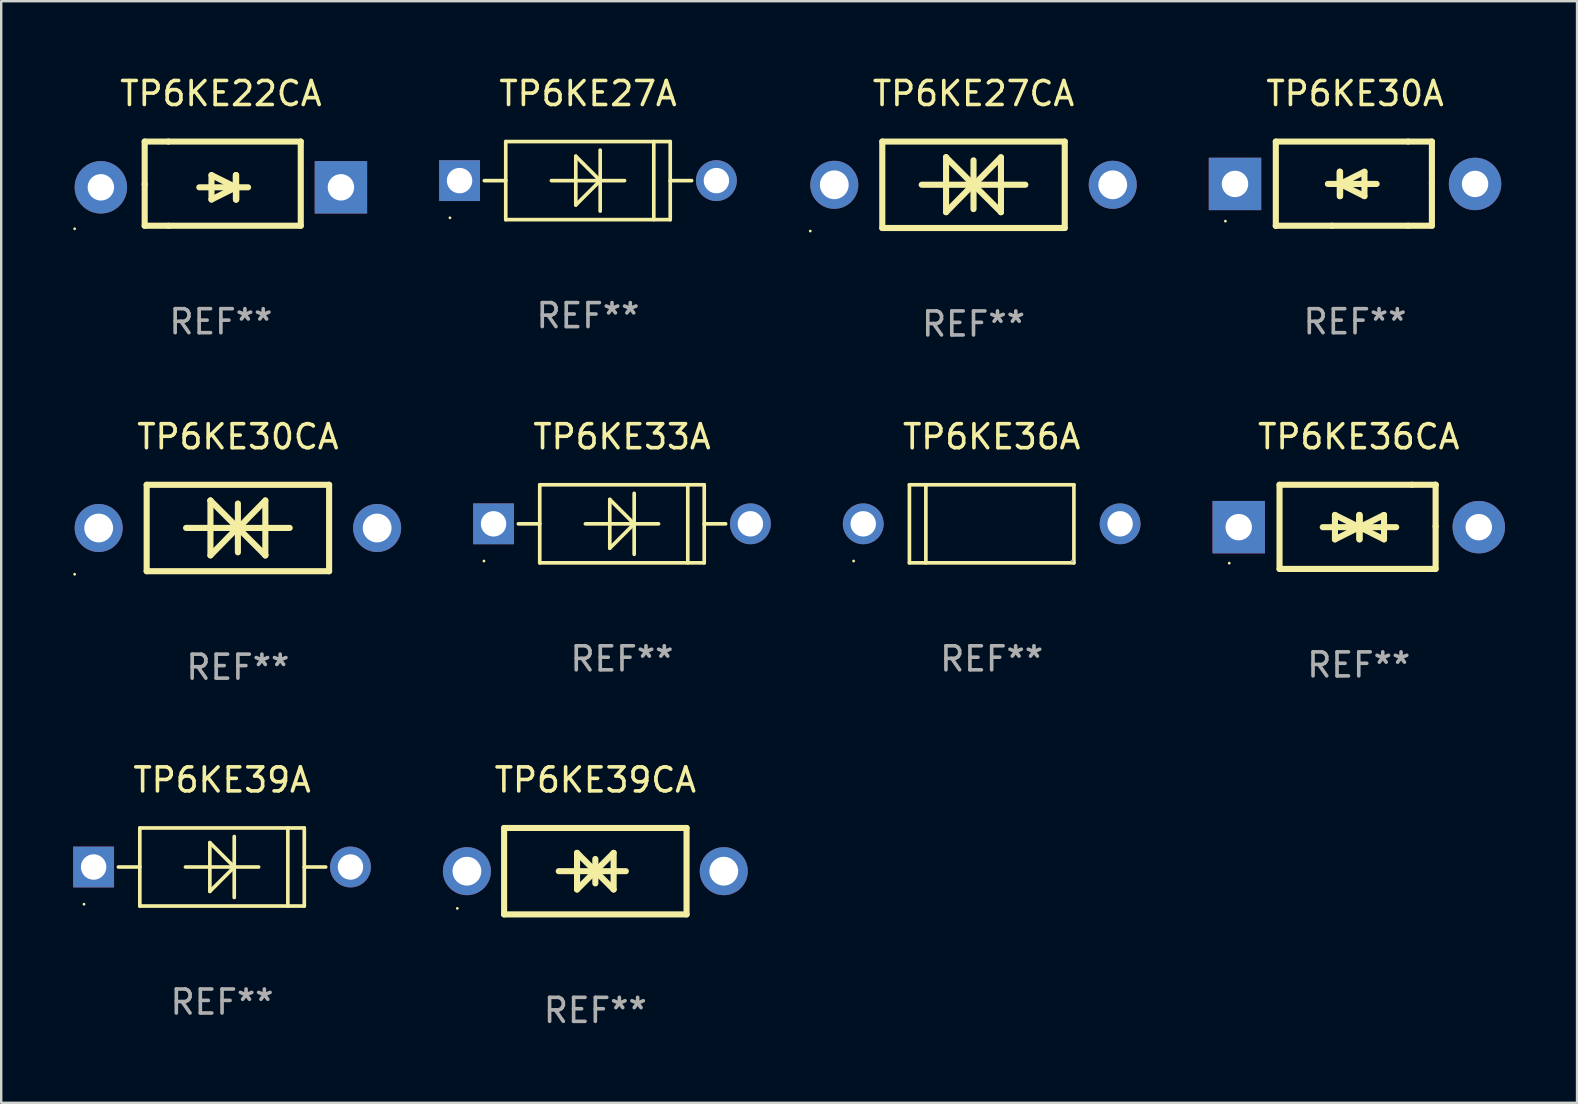
<source format=kicad_pcb>
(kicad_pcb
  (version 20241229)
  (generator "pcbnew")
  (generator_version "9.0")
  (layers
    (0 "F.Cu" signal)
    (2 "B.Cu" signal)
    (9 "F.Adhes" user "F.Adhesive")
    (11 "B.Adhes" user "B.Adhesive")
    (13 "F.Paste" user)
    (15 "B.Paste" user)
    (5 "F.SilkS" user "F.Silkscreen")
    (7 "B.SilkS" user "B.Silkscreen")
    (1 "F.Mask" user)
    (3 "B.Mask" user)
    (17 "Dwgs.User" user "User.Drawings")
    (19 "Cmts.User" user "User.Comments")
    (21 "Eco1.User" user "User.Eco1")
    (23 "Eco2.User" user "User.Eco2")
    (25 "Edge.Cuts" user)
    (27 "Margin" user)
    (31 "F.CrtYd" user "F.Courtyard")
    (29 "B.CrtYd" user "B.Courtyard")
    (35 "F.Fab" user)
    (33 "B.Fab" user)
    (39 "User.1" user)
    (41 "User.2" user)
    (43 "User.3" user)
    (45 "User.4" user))
  (footprint "TP6KE27CA"
    (layer "F.Cu")
    (at 37.504 4.648)
    (property "Reference" "TP6KE27CA" (at 0 -3.8 0) (layer "F.SilkS") (effects (font (size 1 1) (thickness 0.15))))
    (attr through_hole)
    (fp_line (start -3.8 -1.8) (end -3.8 1.8) (stroke (width 0.254) (type solid)) (layer "F.SilkS"))
    (fp_line (start -3.8 -1.8) (end 3.8 -1.8) (stroke (width 0.254) (type solid)) (layer "F.SilkS"))
    (fp_line (start -3.8 1.8) (end 3.8 1.8) (stroke (width 0.254) (type solid)) (layer "F.SilkS"))
    (fp_line (start -2.159 -0.003) (end 2.159 -0.003) (stroke (width 0.254) (type solid)) (layer "F.SilkS"))
    (fp_line (start -1.143 -1.146) (end -1.143 1.14) (stroke (width 0.254) (type solid)) (layer "F.SilkS"))
    (fp_line (start -1.143 -1.143) (end -1.143 -1.146) (stroke (width 0.254) (type solid)) (layer "F.SilkS"))
    (fp_line (start 0 -1.019) (end 0 1.013) (stroke (width 0.254) (type solid)) (layer "F.SilkS"))
    (fp_line (start 0 -0.026) (end -1.143 1.14) (stroke (width 0.254) (type solid)) (layer "F.SilkS"))
    (fp_line (start 0 -0.006) (end 1.143 1.137) (stroke (width 0.254) (type solid)) (layer "F.SilkS"))
    (fp_line (start 0 0) (end -1.143 -1.143) (stroke (width 0.254) (type solid)) (layer "F.SilkS"))
    (fp_line (start 0 0.02) (end 1.143 -1.146) (stroke (width 0.254) (type solid)) (layer "F.SilkS"))
    (fp_line (start 1.143 1.137) (end 1.143 1.14) (stroke (width 0.254) (type solid)) (layer "F.SilkS"))
    (fp_line (start 1.143 1.14) (end 1.143 -1.146) (stroke (width 0.254) (type solid)) (layer "F.SilkS"))
    (fp_line (start 3.8 -1.8) (end 3.8 1.8) (stroke (width 0.254) (type solid)) (layer "F.SilkS"))
    (fp_circle (center -6.8 1.927) (end -6.77 1.927) (stroke (width 0.06) (type solid)) (fill no) (layer "F.SilkS"))
    (fp_text user "REF**" (at 0 5.8 0) (layer "F.Fab") (effects (font (size 1 1) (thickness 0.15))))
    (pad "1" thru_hole circle (at -5.8 0) (size 2 2) (drill 1.2) (layers "*.Cu" "*.Mask"))
    (pad "2" thru_hole circle (at 5.8 0) (size 2 2) (drill 1.2) (layers "*.Cu" "*.Mask")))
  (footprint "TP6KE39CA"
    (layer "F.Cu")
    (at 21.75 33.241)
    (property "Reference" "TP6KE39CA" (at 0 -3.8 0) (layer "F.SilkS") (effects (font (size 1 1) (thickness 0.15))))
    (attr through_hole)
    (fp_line (start -3.8 -1.8) (end -3.8 1.8) (stroke (width 0.254) (type solid)) (layer "F.SilkS"))
    (fp_line (start -3.8 -1.8) (end 3.8 -1.8) (stroke (width 0.254) (type solid)) (layer "F.SilkS"))
    (fp_line (start -3.8 1.8) (end 3.8 1.8) (stroke (width 0.254) (type solid)) (layer "F.SilkS"))
    (fp_line (start -1.524 0) (end 1.27 0) (stroke (width 0.254) (type solid)) (layer "F.SilkS"))
    (fp_line (start -0.762 -0.762) (end 0.762 0.762) (stroke (width 0.254) (type solid)) (layer "F.SilkS"))
    (fp_line (start -0.762 0.762) (end -0.762 -0.762) (stroke (width 0.254) (type solid)) (layer "F.SilkS"))
    (fp_line (start 0 -0.508) (end 0 0.508) (stroke (width 0.254) (type solid)) (layer "F.SilkS"))
    (fp_line (start 0.762 -0.762) (end -0.762 0.762) (stroke (width 0.254) (type solid)) (layer "F.SilkS"))
    (fp_line (start 0.762 0.762) (end 0.762 -0.762) (stroke (width 0.254) (type solid)) (layer "F.SilkS"))
    (fp_line (start 3.8 -1.8) (end 3.8 1.8) (stroke (width 0.254) (type solid)) (layer "F.SilkS"))
    (fp_circle (center -5.75 1.55) (end -5.72 1.55) (stroke (width 0.06) (type solid)) (fill no) (layer "F.SilkS"))
    (fp_text user "REF**" (at 0 5.8 0) (layer "F.Fab") (effects (font (size 1 1) (thickness 0.15))))
    (pad "1" thru_hole circle (at -5.35 0) (size 2 2) (drill 1.2) (layers "*.Cu" "*.Mask"))
    (pad "2" thru_hole circle (at 5.35 0) (size 2 2) (drill 1.2) (layers "*.Cu" "*.Mask")))
  (footprint "TP6KE36CA"
    (layer "F.Cu")
    (at 53.552 18.897)
    (property "Reference" "TP6KE36CA" (at 0 -3.753 0) (layer "F.SilkS") (effects (font (size 1 1) (thickness 0.15))))
    (attr through_hole)
    (fp_line (start -3.3 -1.753) (end 2.212 -1.753) (stroke (width 0.254) (type solid)) (layer "F.SilkS"))
    (fp_line (start -3.3 1.753) (end -3.3 -1.753) (stroke (width 0.254) (type solid)) (layer "F.SilkS"))
    (fp_line (start -1.5 0.013) (end 0.532 0.013) (stroke (width 0.254) (type solid)) (layer "F.SilkS"))
    (fp_line (start -0.992 -0.495) (end -0.992 0.521) (stroke (width 0.254) (type solid)) (layer "F.SilkS"))
    (fp_line (start -0.992 0.521) (end 0.024 0.013) (stroke (width 0.254) (type solid)) (layer "F.SilkS"))
    (fp_line (start 0.024 -0.495) (end 0.024 0.521) (stroke (width 0.254) (type solid)) (layer "F.SilkS"))
    (fp_line (start 0.024 0.013) (end -0.992 -0.495) (stroke (width 0.254) (type solid)) (layer "F.SilkS"))
    (fp_line (start 0.024 0.013) (end 0.024 -0.495) (stroke (width 0.254) (type solid)) (layer "F.SilkS"))
    (fp_line (start 0.036 0.013) (end 1.052 0.521) (stroke (width 0.254) (type solid)) (layer "F.SilkS"))
    (fp_line (start 0.036 0.521) (end 0.036 -0.495) (stroke (width 0.254) (type solid)) (layer "F.SilkS"))
    (fp_line (start 1.052 -0.495) (end 0.036 0.013) (stroke (width 0.254) (type solid)) (layer "F.SilkS"))
    (fp_line (start 1.052 0.521) (end 1.052 -0.495) (stroke (width 0.254) (type solid)) (layer "F.SilkS"))
    (fp_line (start 1.56 0.013) (end -0.472 0.013) (stroke (width 0.254) (type solid)) (layer "F.SilkS"))
    (fp_line (start 2.212 -1.753) (end 3.202 -1.753) (stroke (width 0.254) (type solid)) (layer "F.SilkS"))
    (fp_line (start 2.212 1.753) (end -3.3 1.753) (stroke (width 0.254) (type solid)) (layer "F.SilkS"))
    (fp_line (start 3.202 -1.753) (end 3.202 -1.753) (stroke (width 0.254) (type solid)) (layer "F.SilkS"))
    (fp_line (start 3.202 -1.753) (end 3.202 -0.025) (stroke (width 0.254) (type solid)) (layer "F.SilkS"))
    (fp_line (start 3.202 -0.025) (end 3.202 1.753) (stroke (width 0.254) (type solid)) (layer "F.SilkS"))
    (fp_line (start 3.202 1.753) (end 2.212 1.753) (stroke (width 0.254) (type solid)) (layer "F.SilkS"))
    (fp_circle (center -5.395 1.513) (end -5.365 1.513) (stroke (width 0.06) (type solid)) (fill no) (layer "F.SilkS"))
    (fp_text user "REF**" (at 0 5.753 0) (layer "F.Fab") (effects (font (size 1 1) (thickness 0.15))))
    (pad "1" thru_hole rect (at -5 0.013 180) (size 2.184 2.184) (drill 1.102) (layers "*.Cu" "*.Mask"))
    (pad "2" thru_hole circle (at 5 0.013) (size 2.184 2.184) (drill 1.102) (layers "*.Cu" "*.Mask")))
  (footprint "TP6KE36A"
    (layer "F.Cu")
    (at 38.26 18.771)
    (property "Reference" "TP6KE36A" (at 0 -3.626 0) (layer "F.SilkS") (effects (font (size 1 1) (thickness 0.15))))
    (attr through_hole)
    (fp_line (start -3.426 -1.626) (end 3.426 -1.626) (stroke (width 0.152) (type solid)) (layer "F.SilkS"))
    (fp_line (start -3.426 1.626) (end -3.426 -1.626) (stroke (width 0.152) (type solid)) (layer "F.SilkS"))
    (fp_line (start -2.741 -1.626) (end -2.741 1.626) (stroke (width 0.152) (type solid)) (layer "F.SilkS"))
    (fp_line (start 3.426 -1.626) (end 3.426 1.626) (stroke (width 0.152) (type solid)) (layer "F.SilkS"))
    (fp_line (start 3.426 1.626) (end -3.426 1.626) (stroke (width 0.152) (type solid)) (layer "F.SilkS"))
    (fp_circle (center -5.75 1.55) (end -5.72 1.55) (stroke (width 0.06) (type solid)) (fill no) (layer "F.SilkS"))
    (fp_circle (center 3.35 1.55) (end 3.38 1.55) (stroke (width 0.06) (type solid)) (fill no) (layer "F.Fab"))
    (fp_text user "REF**" (at 0 5.626 0) (layer "F.Fab") (effects (font (size 1 1) (thickness 0.15))))
    (pad "1" thru_hole circle (at -5.35 -0.000013) (size 1.7 1.7) (drill 1.06) (layers "*.Cu" "*.Mask"))
    (pad "2" thru_hole circle (at 5.35 -0.000013) (size 1.7 1.7) (drill 1.06) (layers "*.Cu" "*.Mask")))
  (footprint "TP6KE27A"
    (layer "F.Cu")
    (at 21.444 4.474)
    (property "Reference" "TP6KE27A" (at 0 -3.626 0) (layer "F.SilkS") (effects (font (size 1 1) (thickness 0.15))))
    (attr through_hole)
    (fp_line (start -3.436 0) (end -4.318 0) (stroke (width 0.152) (type solid)) (layer "F.SilkS"))
    (fp_line (start -3.426 -0.01) (end -3.436 0) (stroke (width 0.152) (type solid)) (layer "F.SilkS"))
    (fp_line (start -3.426 -1.626) (end 3.426 -1.626) (stroke (width 0.152) (type solid)) (layer "F.SilkS"))
    (fp_line (start -3.426 1.626) (end -3.426 -1.626) (stroke (width 0.152) (type solid)) (layer "F.SilkS"))
    (fp_line (start -0.508 -1.016) (end 0.508 0) (stroke (width 0.152) (type solid)) (layer "F.SilkS"))
    (fp_line (start -0.508 1.016) (end -0.508 -1.016) (stroke (width 0.152) (type solid)) (layer "F.SilkS"))
    (fp_line (start 0.508 0) (end -0.508 1.016) (stroke (width 0.152) (type solid)) (layer "F.SilkS"))
    (fp_line (start 0.508 1.27) (end 0.508 -1.27) (stroke (width 0.152) (type solid)) (layer "F.SilkS"))
    (fp_line (start 1.524 0) (end -1.524 0) (stroke (width 0.152) (type solid)) (layer "F.SilkS"))
    (fp_line (start 2.741 1.626) (end 2.741 -1.626) (stroke (width 0.152) (type solid)) (layer "F.SilkS"))
    (fp_line (start 3.426 -1.626) (end 3.426 1.626) (stroke (width 0.152) (type solid)) (layer "F.SilkS"))
    (fp_line (start 3.426 0.01) (end 3.436 0) (stroke (width 0.152) (type solid)) (layer "F.SilkS"))
    (fp_line (start 3.426 1.626) (end -3.426 1.626) (stroke (width 0.152) (type solid)) (layer "F.SilkS"))
    (fp_line (start 3.436 0) (end 4.318 0) (stroke (width 0.152) (type solid)) (layer "F.SilkS"))
    (fp_circle (center -5.75 1.55) (end -5.72 1.55) (stroke (width 0.06) (type solid)) (fill no) (layer "F.SilkS"))
    (fp_text user "REF**" (at 0 5.626 0) (layer "F.Fab") (effects (font (size 1 1) (thickness 0.15))))
    (pad "1" thru_hole rect (at -5.35 0) (size 1.7 1.7) (drill 1.06) (layers "*.Cu" "*.Mask"))
    (pad "2" thru_hole circle (at 5.35 0) (size 1.7 1.7) (drill 1.06) (layers "*.Cu" "*.Mask")))
  (footprint "TP6KE39A"
    (layer "F.Cu")
    (at 6.2 33.067)
    (property "Reference" "TP6KE39A" (at 0 -3.626 0) (layer "F.SilkS") (effects (font (size 1 1) (thickness 0.15))))
    (attr through_hole)
    (fp_line (start -3.436 0) (end -4.318 0) (stroke (width 0.152) (type solid)) (layer "F.SilkS"))
    (fp_line (start -3.426 -0.01) (end -3.436 0) (stroke (width 0.152) (type solid)) (layer "F.SilkS"))
    (fp_line (start -3.426 -1.626) (end 3.426 -1.626) (stroke (width 0.152) (type solid)) (layer "F.SilkS"))
    (fp_line (start -3.426 1.626) (end -3.426 -1.626) (stroke (width 0.152) (type solid)) (layer "F.SilkS"))
    (fp_line (start -0.508 -1.016) (end 0.508 0) (stroke (width 0.152) (type solid)) (layer "F.SilkS"))
    (fp_line (start -0.508 1.016) (end -0.508 -1.016) (stroke (width 0.152) (type solid)) (layer "F.SilkS"))
    (fp_line (start 0.508 0) (end -0.508 1.016) (stroke (width 0.152) (type solid)) (layer "F.SilkS"))
    (fp_line (start 0.508 1.27) (end 0.508 -1.27) (stroke (width 0.152) (type solid)) (layer "F.SilkS"))
    (fp_line (start 1.524 0) (end -1.524 0) (stroke (width 0.152) (type solid)) (layer "F.SilkS"))
    (fp_line (start 2.741 1.626) (end 2.741 -1.626) (stroke (width 0.152) (type solid)) (layer "F.SilkS"))
    (fp_line (start 3.426 -1.626) (end 3.426 1.626) (stroke (width 0.152) (type solid)) (layer "F.SilkS"))
    (fp_line (start 3.426 0.01) (end 3.436 0) (stroke (width 0.152) (type solid)) (layer "F.SilkS"))
    (fp_line (start 3.426 1.626) (end -3.426 1.626) (stroke (width 0.152) (type solid)) (layer "F.SilkS"))
    (fp_line (start 3.436 0) (end 4.318 0) (stroke (width 0.152) (type solid)) (layer "F.SilkS"))
    (fp_circle (center -5.75 1.55) (end -5.72 1.55) (stroke (width 0.06) (type solid)) (fill no) (layer "F.SilkS"))
    (fp_text user "REF**" (at 0 5.626 0) (layer "F.Fab") (effects (font (size 1 1) (thickness 0.15))))
    (pad "1" thru_hole rect (at -5.35 0) (size 1.7 1.7) (drill 1.06) (layers "*.Cu" "*.Mask"))
    (pad "2" thru_hole circle (at 5.35 0) (size 1.7 1.7) (drill 1.06) (layers "*.Cu" "*.Mask")))
  (footprint "TP6KE33A"
    (layer "F.Cu")
    (at 22.86 18.771)
    (property "Reference" "TP6KE33A" (at 0 -3.626 0) (layer "F.SilkS") (effects (font (size 1 1) (thickness 0.15))))
    (attr through_hole)
    (fp_line (start -3.436 0) (end -4.318 0) (stroke (width 0.152) (type solid)) (layer "F.SilkS"))
    (fp_line (start -3.426 -0.01) (end -3.436 0) (stroke (width 0.152) (type solid)) (layer "F.SilkS"))
    (fp_line (start -3.426 -1.626) (end 3.426 -1.626) (stroke (width 0.152) (type solid)) (layer "F.SilkS"))
    (fp_line (start -3.426 1.626) (end -3.426 -1.626) (stroke (width 0.152) (type solid)) (layer "F.SilkS"))
    (fp_line (start -0.508 -1.016) (end 0.508 0) (stroke (width 0.152) (type solid)) (layer "F.SilkS"))
    (fp_line (start -0.508 1.016) (end -0.508 -1.016) (stroke (width 0.152) (type solid)) (layer "F.SilkS"))
    (fp_line (start 0.508 0) (end -0.508 1.016) (stroke (width 0.152) (type solid)) (layer "F.SilkS"))
    (fp_line (start 0.508 1.27) (end 0.508 -1.27) (stroke (width 0.152) (type solid)) (layer "F.SilkS"))
    (fp_line (start 1.524 0) (end -1.524 0) (stroke (width 0.152) (type solid)) (layer "F.SilkS"))
    (fp_line (start 2.741 1.626) (end 2.741 -1.626) (stroke (width 0.152) (type solid)) (layer "F.SilkS"))
    (fp_line (start 3.426 -1.626) (end 3.426 1.626) (stroke (width 0.152) (type solid)) (layer "F.SilkS"))
    (fp_line (start 3.426 0.01) (end 3.436 0) (stroke (width 0.152) (type solid)) (layer "F.SilkS"))
    (fp_line (start 3.426 1.626) (end -3.426 1.626) (stroke (width 0.152) (type solid)) (layer "F.SilkS"))
    (fp_line (start 3.436 0) (end 4.318 0) (stroke (width 0.152) (type solid)) (layer "F.SilkS"))
    (fp_circle (center -5.75 1.55) (end -5.72 1.55) (stroke (width 0.06) (type solid)) (fill no) (layer "F.SilkS"))
    (fp_text user "REF**" (at 0 5.626 0) (layer "F.Fab") (effects (font (size 1 1) (thickness 0.15))))
    (pad "1" thru_hole rect (at -5.35 0) (size 1.7 1.7) (drill 1.06) (layers "*.Cu" "*.Mask"))
    (pad "2" thru_hole circle (at 5.35 0) (size 1.7 1.7) (drill 1.06) (layers "*.Cu" "*.Mask")))
  (footprint "TP6KE22CA"
    (layer "F.Cu")
    (at 6.152 4.601)
    (property "Reference" "TP6KE22CA" (at 0 -3.753 0) (layer "F.SilkS") (effects (font (size 1 1) (thickness 0.15))))
    (attr through_hole)
    (fp_line (start -3.175 -1.753) (end -2.184 -1.753) (stroke (width 0.254) (type solid)) (layer "F.SilkS"))
    (fp_line (start -3.175 0.025) (end -3.175 -1.753) (stroke (width 0.254) (type solid)) (layer "F.SilkS"))
    (fp_line (start -3.175 1.753) (end -3.175 0.025) (stroke (width 0.254) (type solid)) (layer "F.SilkS"))
    (fp_line (start -2.184 -1.753) (end 3.327 -1.753) (stroke (width 0.254) (type solid)) (layer "F.SilkS"))
    (fp_line (start -2.184 1.753) (end -3.175 1.753) (stroke (width 0.254) (type solid)) (layer "F.SilkS"))
    (fp_line (start -0.9 0.152) (end 1.132 0.152) (stroke (width 0.254) (type solid)) (layer "F.SilkS"))
    (fp_line (start -0.392 -0.356) (end -0.392 0.66) (stroke (width 0.254) (type solid)) (layer "F.SilkS"))
    (fp_line (start -0.392 0.66) (end 0.624 0.152) (stroke (width 0.254) (type solid)) (layer "F.SilkS"))
    (fp_line (start 0.624 -0.356) (end 0.624 0.66) (stroke (width 0.254) (type solid)) (layer "F.SilkS"))
    (fp_line (start 0.624 0.152) (end -0.392 -0.356) (stroke (width 0.254) (type solid)) (layer "F.SilkS"))
    (fp_line (start 0.624 0.152) (end 0.624 -0.356) (stroke (width 0.254) (type solid)) (layer "F.SilkS"))
    (fp_line (start 0.636 0.152) (end 0.636 0.66) (stroke (width 0.254) (type solid)) (layer "F.SilkS"))
    (fp_line (start 0.636 0.66) (end 0.636 -0.356) (stroke (width 0.254) (type solid)) (layer "F.SilkS"))
    (fp_line (start 3.327 -1.753) (end 3.327 1.753) (stroke (width 0.254) (type solid)) (layer "F.SilkS"))
    (fp_line (start 3.327 1.753) (end -2.184 1.753) (stroke (width 0.254) (type solid)) (layer "F.SilkS"))
    (fp_circle (center -6.092 1.88) (end -6.062 1.88) (stroke (width 0.06) (type solid)) (fill no) (layer "F.SilkS"))
    (fp_text user "REF**" (at 0 5.753 0) (layer "F.Fab") (effects (font (size 1 1) (thickness 0.15))))
    (pad "1" thru_hole circle (at -5 0.152) (size 2.184 2.184) (drill 1.102) (layers "*.Cu" "*.Mask"))
    (pad "2" thru_hole rect (at 5 0.152) (size 2.184 2.184) (drill 1.102) (layers "*.Cu" "*.Mask")))
  (footprint "TP6KE30CA"
    (layer "F.Cu")
    (at 6.86 18.945)
    (property "Reference" "TP6KE30CA" (at 0 -3.8 0) (layer "F.SilkS") (effects (font (size 1 1) (thickness 0.15))))
    (attr through_hole)
    (fp_line (start -3.8 -1.8) (end -3.8 1.8) (stroke (width 0.254) (type solid)) (layer "F.SilkS"))
    (fp_line (start -3.8 -1.8) (end 3.8 -1.8) (stroke (width 0.254) (type solid)) (layer "F.SilkS"))
    (fp_line (start -3.8 1.8) (end 3.8 1.8) (stroke (width 0.254) (type solid)) (layer "F.SilkS"))
    (fp_line (start -2.159 -0.003) (end 2.159 -0.003) (stroke (width 0.254) (type solid)) (layer "F.SilkS"))
    (fp_line (start -1.143 -1.146) (end -1.143 1.14) (stroke (width 0.254) (type solid)) (layer "F.SilkS"))
    (fp_line (start -1.143 -1.143) (end -1.143 -1.146) (stroke (width 0.254) (type solid)) (layer "F.SilkS"))
    (fp_line (start 0 -1.019) (end 0 1.013) (stroke (width 0.254) (type solid)) (layer "F.SilkS"))
    (fp_line (start 0 -0.026) (end -1.143 1.14) (stroke (width 0.254) (type solid)) (layer "F.SilkS"))
    (fp_line (start 0 -0.006) (end 1.143 1.137) (stroke (width 0.254) (type solid)) (layer "F.SilkS"))
    (fp_line (start 0 0) (end -1.143 -1.143) (stroke (width 0.254) (type solid)) (layer "F.SilkS"))
    (fp_line (start 0 0.02) (end 1.143 -1.146) (stroke (width 0.254) (type solid)) (layer "F.SilkS"))
    (fp_line (start 1.143 1.137) (end 1.143 1.14) (stroke (width 0.254) (type solid)) (layer "F.SilkS"))
    (fp_line (start 1.143 1.14) (end 1.143 -1.146) (stroke (width 0.254) (type solid)) (layer "F.SilkS"))
    (fp_line (start 3.8 -1.8) (end 3.8 1.8) (stroke (width 0.254) (type solid)) (layer "F.SilkS"))
    (fp_circle (center -6.8 1.927) (end -6.77 1.927) (stroke (width 0.06) (type solid)) (fill no) (layer "F.SilkS"))
    (fp_text user "REF**" (at 0 5.8 0) (layer "F.Fab") (effects (font (size 1 1) (thickness 0.15))))
    (pad "1" thru_hole circle (at -5.8 0) (size 2 2) (drill 1.2) (layers "*.Cu" "*.Mask"))
    (pad "2" thru_hole circle (at 5.8 0) (size 2 2) (drill 1.2) (layers "*.Cu" "*.Mask")))
  (footprint "TP6KE30A"
    (layer "F.Cu")
    (at 53.397 4.601)
    (property "Reference" "TP6KE30A" (at 0 -3.753 0) (layer "F.SilkS") (effects (font (size 1 1) (thickness 0.15))))
    (attr through_hole)
    (fp_line (start -3.3 -1.753) (end 2.212 -1.753) (stroke (width 0.254) (type solid)) (layer "F.SilkS"))
    (fp_line (start -3.3 1.753) (end -3.3 -1.753) (stroke (width 0.254) (type solid)) (layer "F.SilkS"))
    (fp_line (start -3.3 1.753) (end -3.3 1.753) (stroke (width 0.254) (type solid)) (layer "F.SilkS"))
    (fp_line (start -0.968 1.753) (end -3.3 1.753) (stroke (width 0.254) (type solid)) (layer "F.SilkS"))
    (fp_line (start -0.636 -0.497) (end -0.636 0.519) (stroke (width 0.254) (type solid)) (layer "F.SilkS"))
    (fp_line (start -0.636 0.011) (end -0.636 -0.497) (stroke (width 0.254) (type solid)) (layer "F.SilkS"))
    (fp_line (start -0.624 0.011) (end -0.624 0.519) (stroke (width 0.254) (type solid)) (layer "F.SilkS"))
    (fp_line (start -0.624 0.011) (end 0.392 0.519) (stroke (width 0.254) (type solid)) (layer "F.SilkS"))
    (fp_line (start -0.624 0.519) (end -0.624 -0.497) (stroke (width 0.254) (type solid)) (layer "F.SilkS"))
    (fp_line (start 0.392 -0.497) (end -0.624 0.011) (stroke (width 0.254) (type solid)) (layer "F.SilkS"))
    (fp_line (start 0.392 0.519) (end 0.392 -0.497) (stroke (width 0.254) (type solid)) (layer "F.SilkS"))
    (fp_line (start 0.9 0.011) (end -1.132 0.011) (stroke (width 0.254) (type solid)) (layer "F.SilkS"))
    (fp_line (start 2.212 -1.753) (end 3.202 -1.753) (stroke (width 0.254) (type solid)) (layer "F.SilkS"))
    (fp_line (start 2.212 1.753) (end -0.968 1.753) (stroke (width 0.254) (type solid)) (layer "F.SilkS"))
    (fp_line (start 3.202 -1.753) (end 3.202 -0.025) (stroke (width 0.254) (type solid)) (layer "F.SilkS"))
    (fp_line (start 3.202 -0.025) (end 3.202 1.753) (stroke (width 0.254) (type solid)) (layer "F.SilkS"))
    (fp_line (start 3.202 1.753) (end 2.212 1.753) (stroke (width 0.254) (type solid)) (layer "F.SilkS"))
    (fp_circle (center -5.4 1.561) (end -5.37 1.561) (stroke (width 0.06) (type solid)) (fill no) (layer "F.SilkS"))
    (fp_text user "REF**" (at 0 5.753 0) (layer "F.Fab") (effects (font (size 1 1) (thickness 0.15))))
    (pad "1" thru_hole rect (at -5 0.011 180) (size 2.184 2.184) (drill 1.102) (layers "*.Cu" "*.Mask"))
    (pad "2" thru_hole circle (at 5 0.011) (size 2.184 2.184) (drill 1.102) (layers "*.Cu" "*.Mask")))
  (gr_rect
    (start -3 -3)
    (end 62.645 42.889)
    (stroke (width 0.1) (type default))
    (fill no)
    (layer "Edge.Cuts")))
</source>
